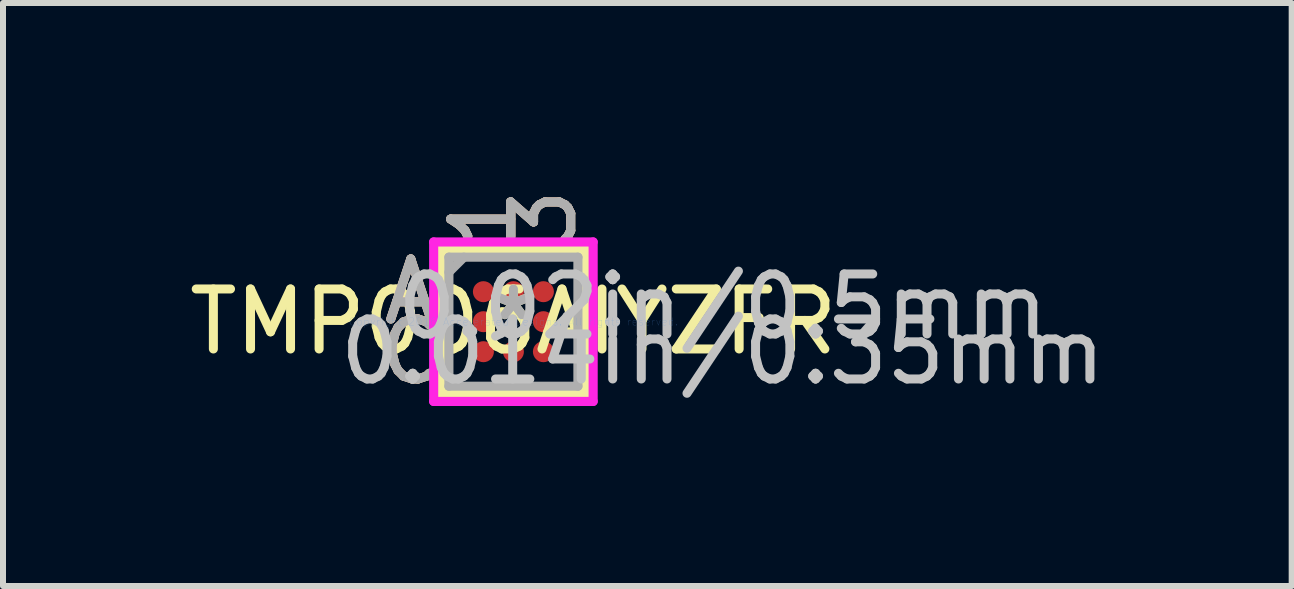
<source format=kicad_pcb>
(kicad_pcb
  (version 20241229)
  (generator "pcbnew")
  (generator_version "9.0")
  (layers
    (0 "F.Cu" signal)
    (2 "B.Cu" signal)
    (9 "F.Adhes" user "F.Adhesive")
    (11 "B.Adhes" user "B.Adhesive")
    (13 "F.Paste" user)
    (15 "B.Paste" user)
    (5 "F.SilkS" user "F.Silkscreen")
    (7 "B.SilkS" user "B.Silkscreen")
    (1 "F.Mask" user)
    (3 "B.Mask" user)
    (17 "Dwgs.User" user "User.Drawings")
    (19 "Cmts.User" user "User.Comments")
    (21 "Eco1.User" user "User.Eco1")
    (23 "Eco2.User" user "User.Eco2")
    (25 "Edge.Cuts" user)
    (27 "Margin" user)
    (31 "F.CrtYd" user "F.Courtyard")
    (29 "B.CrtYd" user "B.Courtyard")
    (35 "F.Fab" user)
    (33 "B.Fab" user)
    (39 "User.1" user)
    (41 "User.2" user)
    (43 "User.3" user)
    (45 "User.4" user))
  (footprint "TMP006AIYZFR"
    (layer "F.Cu")
    (at 5.506 2.311)
    (property "Reference" "TMP006AIYZFR" (at 0 0 0) (layer "F.SilkS") (effects (font (size 1 1) (thickness 0.15))))
    (attr through_hole)
    (fp_line (start -1.202 -1.202) (end -1.202 1.202) (stroke (width 0.152) (type solid)) (layer "F.SilkS"))
    (fp_line (start -1.202 1.202) (end 1.202 1.202) (stroke (width 0.152) (type solid)) (layer "F.SilkS"))
    (fp_line (start 1.202 -1.202) (end -1.202 -1.202) (stroke (width 0.152) (type solid)) (layer "F.SilkS"))
    (fp_line (start 1.202 1.202) (end 1.202 -1.202) (stroke (width 0.152) (type solid)) (layer "F.SilkS"))
    (fp_line (start -1.329 -1.329) (end 1.329 -1.329) (stroke (width 0.152) (type solid)) (layer "F.CrtYd"))
    (fp_line (start -1.329 1.329) (end -1.329 -1.329) (stroke (width 0.152) (type solid)) (layer "F.CrtYd"))
    (fp_line (start 1.329 -1.329) (end 1.329 1.329) (stroke (width 0.152) (type solid)) (layer "F.CrtYd"))
    (fp_line (start 1.329 1.329) (end -1.329 1.329) (stroke (width 0.152) (type solid)) (layer "F.CrtYd"))
    (fp_line (start -1.075 -1.075) (end -1.075 1.075) (stroke (width 0.152) (type solid)) (layer "F.Fab"))
    (fp_line (start -1.075 1.075) (end 1.075 1.075) (stroke (width 0.152) (type solid)) (layer "F.Fab"))
    (fp_line (start -0.825 -1.075) (end -1.075 -0.825) (stroke (width 0.152) (type solid)) (layer "F.Fab"))
    (fp_line (start 1.075 -1.075) (end -1.075 -1.075) (stroke (width 0.152) (type solid)) (layer "F.Fab"))
    (fp_line (start 1.075 1.075) (end 1.075 -1.075) (stroke (width 0.152) (type solid)) (layer "F.Fab"))
    (fp_text user "A" (at -1.71 -0.5 0) (layer "F.SilkS") (effects (font (size 1 1) (thickness 0.15))))
    (fp_text user "C" (at -1.71 0.5 0) (layer "F.SilkS") (effects (font (size 1 1) (thickness 0.15))))
    (fp_text user "*" (at 0 0 0) (layer "F.SilkS") (effects (font (size 1 1) (thickness 0.15))))
    (fp_text user "1" (at -0.5 -1.71 90) (layer "F.SilkS") (effects (font (size 1 1) (thickness 0.15))))
    (fp_text user "3" (at 0.5 -1.71 90) (layer "F.SilkS") (effects (font (size 1 1) (thickness 0.15))))
    (fp_text user "C" (at -1.71 0.5 0) (layer "B.SilkS") (effects (font (size 1 1) (thickness 0.15))))
    (fp_text user "A" (at -1.71 -0.5 0) (layer "B.SilkS") (effects (font (size 1 1) (thickness 0.15))))
    (fp_text user "1" (at -0.5 -1.71 90) (layer "B.SilkS") (effects (font (size 1 1) (thickness 0.15))))
    (fp_text user "3" (at 0.5 -1.71 90) (layer "B.SilkS") (effects (font (size 1 1) (thickness 0.15))))
    (fp_text user "0.02in/0.5mm" (at 3.488 -0.25 0) (layer "Dwgs.User") (effects (font (size 1 1) (thickness 0.15))))
    (fp_text user "0.014in/0.35mm" (at 3.488 0.5 0) (layer "Dwgs.User") (effects (font (size 1 1) (thickness 0.15))))
    (fp_text user "Copyright 2016 Accelerated Designs. All rights reserved." (at 0 0 0) (layer "Cmts.User") (effects (font (size 0.127 0.127) (thickness 0.002))))
    (fp_text user "1" (at -0.5 -1.71 90) (layer "F.Fab") (effects (font (size 1 1) (thickness 0.15))))
    (fp_text user "C" (at -1.71 0.5 0) (layer "F.Fab") (effects (font (size 1 1) (thickness 0.15))))
    (fp_text user "A" (at -1.71 -0.5 0) (layer "F.Fab") (effects (font (size 1 1) (thickness 0.15))))
    (fp_text user "*" (at 0 0 0) (layer "F.Fab") (effects (font (size 1 1) (thickness 0.15))))
    (fp_text user "3" (at 0.5 -1.71 90) (layer "F.Fab") (effects (font (size 1 1) (thickness 0.15))))
    (pad "A1" smd circle (at -0.5 -0.5) (size 0.35 0.35) (layers "F.Cu" "F.Mask" "F.Paste"))
    (pad "A2" smd circle (at 0 -0.5) (size 0.35 0.35) (layers "F.Cu" "F.Mask" "F.Paste"))
    (pad "A3" smd circle (at 0.5 -0.5) (size 0.35 0.35) (layers "F.Cu" "F.Mask" "F.Paste"))
    (pad "B1" smd circle (at -0.5 0) (size 0.35 0.35) (layers "F.Cu" "F.Mask" "F.Paste"))
    (pad "B3" smd circle (at 0.5 0) (size 0.35 0.35) (layers "F.Cu" "F.Mask" "F.Paste"))
    (pad "C1" smd circle (at -0.5 0.5) (size 0.35 0.35) (layers "F.Cu" "F.Mask" "F.Paste"))
    (pad "C2" smd circle (at 0 0.5) (size 0.35 0.35) (layers "F.Cu" "F.Mask" "F.Paste"))
    (pad "C3" smd circle (at 0.5 0.5) (size 0.35 0.35) (layers "F.Cu" "F.Mask" "F.Paste")))
  (gr_rect
    (start -3 -3)
    (end 18.476 6.716)
    (stroke (width 0.1) (type default))
    (fill no)
    (layer "Edge.Cuts")))
</source>
